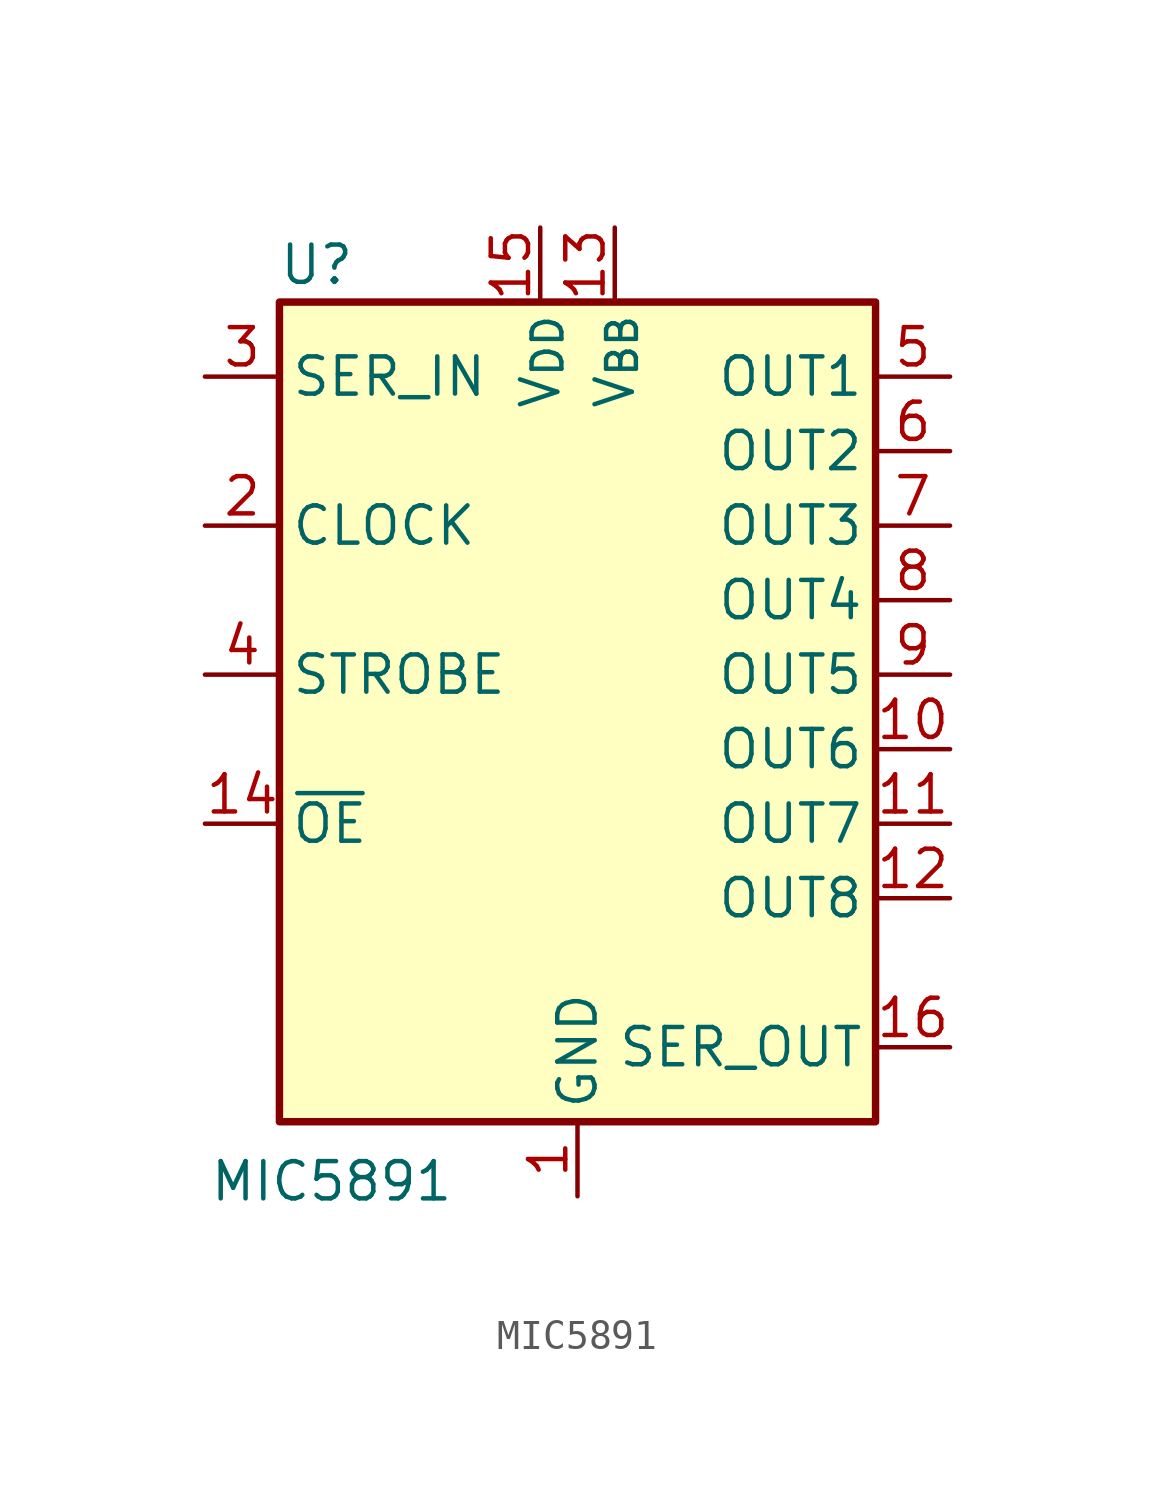
<source format=kicad_sym>
(kicad_symbol_lib
  (version 20241209)
  (generator "kicad_symbol_editor")
  (generator_version "9.0")
  (symbol "MIC5891"
    (pin_names
      (offset 0.381))
    (property "Reference" "U"
      (at -8.89 13.97 0)
      (effects (font (size 1.27 1.27))))
    (property "Value" "MIC5891"
      (at -8.382 -17.272 0)
      (effects (font (size 1.27 1.27))))
    (symbol "MIC5891_0_1"
      (rectangle (start -10.16 12.7) (end 10.16 -15.24) (stroke (width 0.254) (type default)) (fill (type background))))
    (symbol "MIC5891_1_1"
      (pin input line (at -12.7 10.16 0) (length 2.54) (name "SER_IN" (effects (font (size 1.27 1.27)))) (number "3" (effects (font (size 1.27 1.27)))))
      (pin input line (at -12.7 5.08 0) (length 2.54) (name "CLOCK" (effects (font (size 1.27 1.27)))) (number "2" (effects (font (size 1.27 1.27)))))
      (pin input line (at -12.7 0 0) (length 2.54) (name "STROBE" (effects (font (size 1.27 1.27)))) (number "4" (effects (font (size 1.27 1.27)))))
      (pin input line (at -12.7 -5.08 0) (length 2.54) (name "~{OE}" (effects (font (size 1.27 1.27)))) (number "14" (effects (font (size 1.27 1.27)))))
      (pin power_in line (at -1.27 15.24 270) (length 2.54) (name "V_{DD}" (effects (font (size 1.27 1.27)))) (number "15" (effects (font (size 1.27 1.27)))))
      (pin power_in line (at 0 -17.78 90) (length 2.54) (name "GND" (effects (font (size 1.27 1.27)))) (number "1" (effects (font (size 1.27 1.27)))))
      (pin power_in line (at 1.27 15.24 270) (length 2.54) (name "V_{BB}" (effects (font (size 1.27 1.27)))) (number "13" (effects (font (size 1.27 1.27)))))
      (pin open_emitter line (at 12.7 10.16 180) (length 2.54) (name "OUT1" (effects (font (size 1.27 1.27)))) (number "5" (effects (font (size 1.27 1.27)))))
      (pin open_emitter line (at 12.7 7.62 180) (length 2.54) (name "OUT2" (effects (font (size 1.27 1.27)))) (number "6" (effects (font (size 1.27 1.27)))))
      (pin open_emitter line (at 12.7 5.08 180) (length 2.54) (name "OUT3" (effects (font (size 1.27 1.27)))) (number "7" (effects (font (size 1.27 1.27)))))
      (pin open_emitter line (at 12.7 2.54 180) (length 2.54) (name "OUT4" (effects (font (size 1.27 1.27)))) (number "8" (effects (font (size 1.27 1.27)))))
      (pin open_emitter line (at 12.7 0 180) (length 2.54) (name "OUT5" (effects (font (size 1.27 1.27)))) (number "9" (effects (font (size 1.27 1.27)))))
      (pin open_emitter line (at 12.7 -2.54 180) (length 2.54) (name "OUT6" (effects (font (size 1.27 1.27)))) (number "10" (effects (font (size 1.27 1.27)))))
      (pin open_emitter line (at 12.7 -5.08 180) (length 2.54) (name "OUT7" (effects (font (size 1.27 1.27)))) (number "11" (effects (font (size 1.27 1.27)))))
      (pin open_emitter line (at 12.7 -7.62 180) (length 2.54) (name "OUT8" (effects (font (size 1.27 1.27)))) (number "12" (effects (font (size 1.27 1.27)))))
      (pin output line (at 12.7 -12.7 180) (length 2.54) (name "SER_OUT" (effects (font (size 1.27 1.27)))) (number "16" (effects (font (size 1.27 1.27))))))))
</source>
